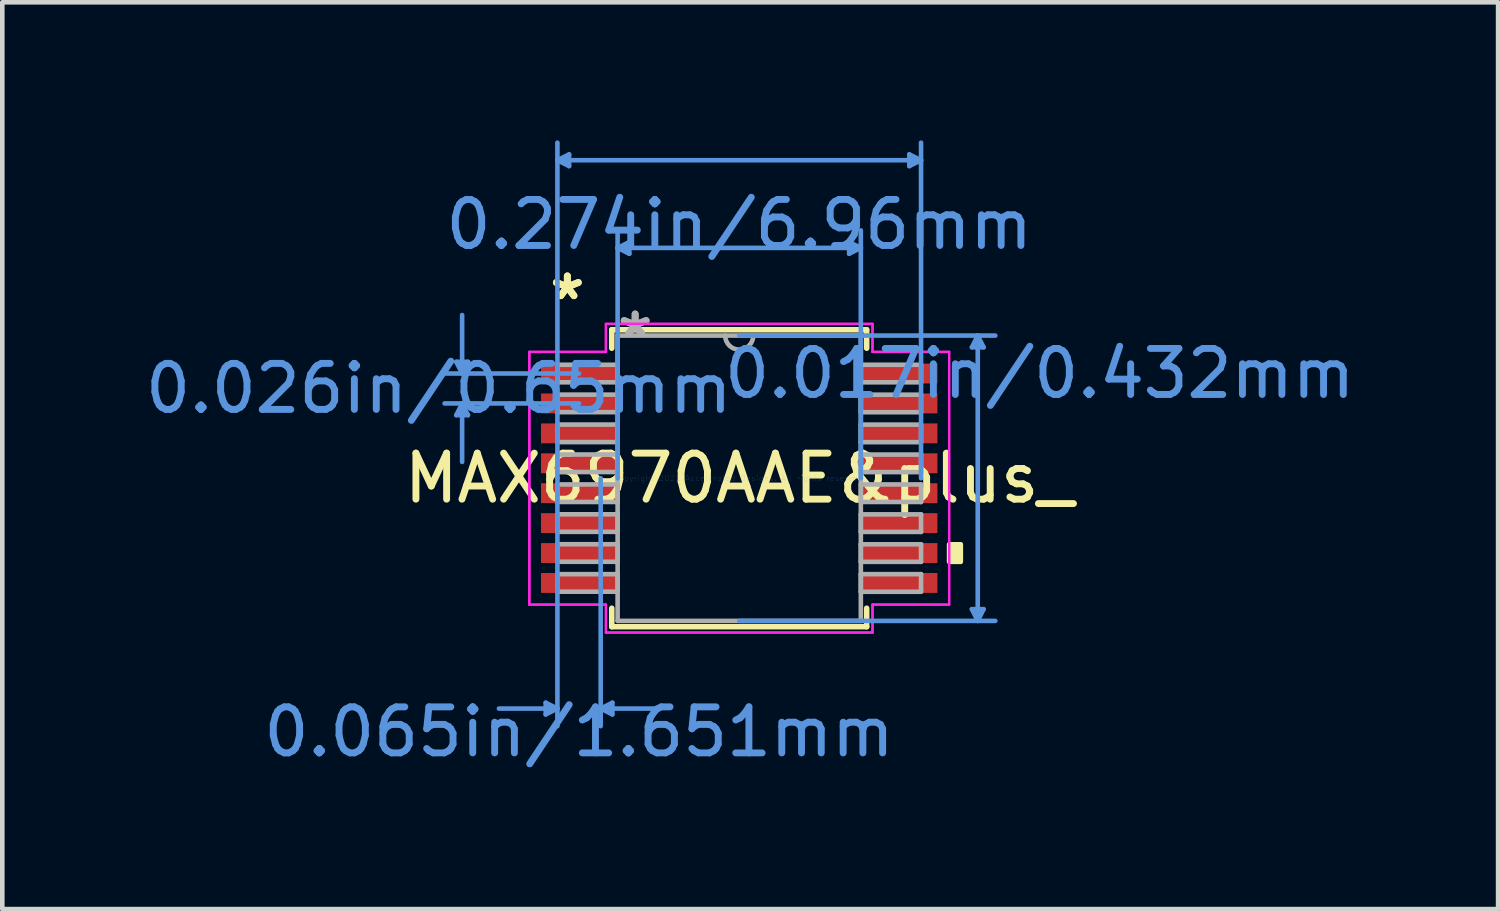
<source format=kicad_pcb>
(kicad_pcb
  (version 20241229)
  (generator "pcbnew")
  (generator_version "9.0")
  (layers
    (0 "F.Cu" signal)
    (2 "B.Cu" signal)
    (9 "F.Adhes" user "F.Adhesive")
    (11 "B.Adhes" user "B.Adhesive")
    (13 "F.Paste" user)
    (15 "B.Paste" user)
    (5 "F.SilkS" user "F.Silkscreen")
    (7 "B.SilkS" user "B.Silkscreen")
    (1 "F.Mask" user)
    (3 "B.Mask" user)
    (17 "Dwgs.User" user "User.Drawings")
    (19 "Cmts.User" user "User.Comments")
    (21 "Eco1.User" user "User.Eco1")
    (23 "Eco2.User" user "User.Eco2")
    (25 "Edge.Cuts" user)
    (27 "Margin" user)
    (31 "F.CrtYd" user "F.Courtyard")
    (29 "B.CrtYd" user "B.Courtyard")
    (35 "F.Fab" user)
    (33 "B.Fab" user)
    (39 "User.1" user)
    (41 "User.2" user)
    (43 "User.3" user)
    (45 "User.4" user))
  (footprint "MAX6970AAE&plus_"
    (layer "F.Cu")
    (at 13.01 7.34)
    (property "Reference" "MAX6970AAE&plus_" (at 0 0 0) (layer "F.SilkS") (effects (font (size 1 1) (thickness 0.15))))
    (attr through_hole)
    (fp_line (start -2.769 -3.226) (end -2.769 -2.824) (stroke (width 0.12) (type solid)) (layer "F.SilkS"))
    (fp_line (start -2.769 2.824) (end -2.769 3.226) (stroke (width 0.12) (type solid)) (layer "F.SilkS"))
    (fp_line (start -2.769 3.226) (end 2.769 3.226) (stroke (width 0.12) (type solid)) (layer "F.SilkS"))
    (fp_line (start 2.769 -3.226) (end -2.769 -3.226) (stroke (width 0.12) (type solid)) (layer "F.SilkS"))
    (fp_line (start 2.769 -2.824) (end 2.769 -3.226) (stroke (width 0.12) (type solid)) (layer "F.SilkS"))
    (fp_line (start 2.769 3.226) (end 2.769 2.824) (stroke (width 0.12) (type solid)) (layer "F.SilkS"))
    (fp_poly (pts (xy 4.814 1.435) (xy 4.814 1.816) (xy 4.56 1.816) (xy 4.56 1.435)) (stroke (width 0.1) (type solid)) (fill yes) (layer "F.SilkS"))
    (fp_line (start -6.147 -2.529) (end -5.893 -2.529) (stroke (width 0.1) (type solid)) (layer "Cmts.User"))
    (fp_line (start -6.147 -1.371) (end -5.893 -1.371) (stroke (width 0.1) (type solid)) (layer "Cmts.User"))
    (fp_line (start -6.02 -2.275) (end -6.147 -2.529) (stroke (width 0.1) (type solid)) (layer "Cmts.User"))
    (fp_line (start -6.02 -2.275) (end -6.02 -3.545) (stroke (width 0.1) (type solid)) (layer "Cmts.User"))
    (fp_line (start -6.02 -2.275) (end -5.893 -2.529) (stroke (width 0.1) (type solid)) (layer "Cmts.User"))
    (fp_line (start -6.02 -1.625) (end -6.147 -1.371) (stroke (width 0.1) (type solid)) (layer "Cmts.User"))
    (fp_line (start -6.02 -1.625) (end -6.02 -0.355) (stroke (width 0.1) (type solid)) (layer "Cmts.User"))
    (fp_line (start -6.02 -1.625) (end -5.893 -1.371) (stroke (width 0.1) (type solid)) (layer "Cmts.User"))
    (fp_line (start -4.204 4.877) (end -4.204 5.131) (stroke (width 0.1) (type solid)) (layer "Cmts.User"))
    (fp_line (start -3.95 -6.909) (end -3.696 -7.036) (stroke (width 0.1) (type solid)) (layer "Cmts.User"))
    (fp_line (start -3.95 -6.909) (end -3.696 -6.782) (stroke (width 0.1) (type solid)) (layer "Cmts.User"))
    (fp_line (start -3.95 -6.909) (end 3.95 -6.909) (stroke (width 0.1) (type solid)) (layer "Cmts.User"))
    (fp_line (start -3.95 0) (end -3.95 -7.29) (stroke (width 0.1) (type solid)) (layer "Cmts.User"))
    (fp_line (start -3.95 0) (end -3.95 5.385) (stroke (width 0.1) (type solid)) (layer "Cmts.User"))
    (fp_line (start -3.95 5.004) (end -5.22 5.004) (stroke (width 0.1) (type solid)) (layer "Cmts.User"))
    (fp_line (start -3.95 5.004) (end -4.204 4.877) (stroke (width 0.1) (type solid)) (layer "Cmts.User"))
    (fp_line (start -3.95 5.004) (end -4.204 5.131) (stroke (width 0.1) (type solid)) (layer "Cmts.User"))
    (fp_line (start -3.696 -7.036) (end -3.696 -6.782) (stroke (width 0.1) (type solid)) (layer "Cmts.User"))
    (fp_line (start -3.48 -2.275) (end -6.401 -2.275) (stroke (width 0.1) (type solid)) (layer "Cmts.User"))
    (fp_line (start -3.48 -1.625) (end -6.401 -1.625) (stroke (width 0.1) (type solid)) (layer "Cmts.User"))
    (fp_line (start -3.01 0) (end -3.01 5.385) (stroke (width 0.1) (type solid)) (layer "Cmts.User"))
    (fp_line (start -3.01 5.004) (end -2.756 4.877) (stroke (width 0.1) (type solid)) (layer "Cmts.User"))
    (fp_line (start -3.01 5.004) (end -2.756 5.131) (stroke (width 0.1) (type solid)) (layer "Cmts.User"))
    (fp_line (start -3.01 5.004) (end -1.74 5.004) (stroke (width 0.1) (type solid)) (layer "Cmts.User"))
    (fp_line (start -2.756 4.877) (end -2.756 5.131) (stroke (width 0.1) (type solid)) (layer "Cmts.User"))
    (fp_line (start -2.642 -5.004) (end -2.388 -5.131) (stroke (width 0.1) (type solid)) (layer "Cmts.User"))
    (fp_line (start -2.642 -5.004) (end -2.388 -4.877) (stroke (width 0.1) (type solid)) (layer "Cmts.User"))
    (fp_line (start -2.642 -5.004) (end 2.642 -5.004) (stroke (width 0.1) (type solid)) (layer "Cmts.User"))
    (fp_line (start -2.642 0) (end -2.642 -5.385) (stroke (width 0.1) (type solid)) (layer "Cmts.User"))
    (fp_line (start -2.388 -5.131) (end -2.388 -4.877) (stroke (width 0.1) (type solid)) (layer "Cmts.User"))
    (fp_line (start 0 -3.099) (end 5.563 -3.099) (stroke (width 0.1) (type solid)) (layer "Cmts.User"))
    (fp_line (start 0 3.099) (end 5.563 3.099) (stroke (width 0.1) (type solid)) (layer "Cmts.User"))
    (fp_line (start 2.388 -5.131) (end 2.388 -4.877) (stroke (width 0.1) (type solid)) (layer "Cmts.User"))
    (fp_line (start 2.642 -5.004) (end 2.388 -5.131) (stroke (width 0.1) (type solid)) (layer "Cmts.User"))
    (fp_line (start 2.642 -5.004) (end 2.388 -4.877) (stroke (width 0.1) (type solid)) (layer "Cmts.User"))
    (fp_line (start 2.642 0) (end 2.642 -5.385) (stroke (width 0.1) (type solid)) (layer "Cmts.User"))
    (fp_line (start 3.696 -7.036) (end 3.696 -6.782) (stroke (width 0.1) (type solid)) (layer "Cmts.User"))
    (fp_line (start 3.95 -6.909) (end 3.696 -7.036) (stroke (width 0.1) (type solid)) (layer "Cmts.User"))
    (fp_line (start 3.95 -6.909) (end 3.696 -6.782) (stroke (width 0.1) (type solid)) (layer "Cmts.User"))
    (fp_line (start 3.95 0) (end 3.95 -7.29) (stroke (width 0.1) (type solid)) (layer "Cmts.User"))
    (fp_line (start 5.055 -2.845) (end 5.309 -2.845) (stroke (width 0.1) (type solid)) (layer "Cmts.User"))
    (fp_line (start 5.055 2.845) (end 5.309 2.845) (stroke (width 0.1) (type solid)) (layer "Cmts.User"))
    (fp_line (start 5.182 -3.099) (end 5.055 -2.845) (stroke (width 0.1) (type solid)) (layer "Cmts.User"))
    (fp_line (start 5.182 -3.099) (end 5.182 3.099) (stroke (width 0.1) (type solid)) (layer "Cmts.User"))
    (fp_line (start 5.182 -3.099) (end 5.309 -2.845) (stroke (width 0.1) (type solid)) (layer "Cmts.User"))
    (fp_line (start 5.182 3.099) (end 5.055 2.845) (stroke (width 0.1) (type solid)) (layer "Cmts.User"))
    (fp_line (start 5.182 3.099) (end 5.309 2.845) (stroke (width 0.1) (type solid)) (layer "Cmts.User"))
    (fp_line (start -4.56 -2.745) (end -2.896 -2.745) (stroke (width 0.05) (type solid)) (layer "F.CrtYd"))
    (fp_line (start -4.56 -2.745) (end -2.896 -2.745) (stroke (width 0.05) (type solid)) (layer "F.CrtYd"))
    (fp_line (start -4.56 2.745) (end -4.56 -2.745) (stroke (width 0.05) (type solid)) (layer "F.CrtYd"))
    (fp_line (start -4.56 2.745) (end -4.56 -2.745) (stroke (width 0.05) (type solid)) (layer "F.CrtYd"))
    (fp_line (start -4.56 2.745) (end -2.896 2.745) (stroke (width 0.05) (type solid)) (layer "F.CrtYd"))
    (fp_line (start -2.896 -3.353) (end 2.896 -3.353) (stroke (width 0.05) (type solid)) (layer "F.CrtYd"))
    (fp_line (start -2.896 -3.353) (end 2.896 -3.353) (stroke (width 0.05) (type solid)) (layer "F.CrtYd"))
    (fp_line (start -2.896 -2.745) (end -2.896 -3.353) (stroke (width 0.05) (type solid)) (layer "F.CrtYd"))
    (fp_line (start -2.896 -2.745) (end -2.896 -3.353) (stroke (width 0.05) (type solid)) (layer "F.CrtYd"))
    (fp_line (start -2.896 2.745) (end -4.56 2.745) (stroke (width 0.05) (type solid)) (layer "F.CrtYd"))
    (fp_line (start -2.896 3.353) (end -2.896 2.745) (stroke (width 0.05) (type solid)) (layer "F.CrtYd"))
    (fp_line (start -2.896 3.353) (end -2.896 2.745) (stroke (width 0.05) (type solid)) (layer "F.CrtYd"))
    (fp_line (start 2.896 -3.353) (end 2.896 -2.745) (stroke (width 0.05) (type solid)) (layer "F.CrtYd"))
    (fp_line (start 2.896 -3.353) (end 2.896 -2.745) (stroke (width 0.05) (type solid)) (layer "F.CrtYd"))
    (fp_line (start 2.896 -2.745) (end 4.56 -2.745) (stroke (width 0.05) (type solid)) (layer "F.CrtYd"))
    (fp_line (start 2.896 2.745) (end 2.896 3.353) (stroke (width 0.05) (type solid)) (layer "F.CrtYd"))
    (fp_line (start 2.896 2.745) (end 2.896 3.353) (stroke (width 0.05) (type solid)) (layer "F.CrtYd"))
    (fp_line (start 2.896 3.353) (end -2.896 3.353) (stroke (width 0.05) (type solid)) (layer "F.CrtYd"))
    (fp_line (start 2.896 3.353) (end -2.896 3.353) (stroke (width 0.05) (type solid)) (layer "F.CrtYd"))
    (fp_line (start 4.56 -2.745) (end 2.896 -2.745) (stroke (width 0.05) (type solid)) (layer "F.CrtYd"))
    (fp_line (start 4.56 -2.745) (end 4.56 2.745) (stroke (width 0.05) (type solid)) (layer "F.CrtYd"))
    (fp_line (start 4.56 -2.745) (end 4.56 2.745) (stroke (width 0.05) (type solid)) (layer "F.CrtYd"))
    (fp_line (start 4.56 2.745) (end 2.896 2.745) (stroke (width 0.05) (type solid)) (layer "F.CrtYd"))
    (fp_line (start 4.56 2.745) (end 2.896 2.745) (stroke (width 0.05) (type solid)) (layer "F.CrtYd"))
    (fp_line (start -3.95 -2.466) (end -3.95 -2.084) (stroke (width 0.1) (type solid)) (layer "F.Fab"))
    (fp_line (start -3.95 -2.084) (end -2.642 -2.084) (stroke (width 0.1) (type solid)) (layer "F.Fab"))
    (fp_line (start -3.95 -1.816) (end -3.95 -1.435) (stroke (width 0.1) (type solid)) (layer "F.Fab"))
    (fp_line (start -3.95 -1.435) (end -2.642 -1.435) (stroke (width 0.1) (type solid)) (layer "F.Fab"))
    (fp_line (start -3.95 -1.166) (end -3.95 -0.785) (stroke (width 0.1) (type solid)) (layer "F.Fab"))
    (fp_line (start -3.95 -0.785) (end -2.642 -0.785) (stroke (width 0.1) (type solid)) (layer "F.Fab"))
    (fp_line (start -3.95 -0.516) (end -3.95 -0.135) (stroke (width 0.1) (type solid)) (layer "F.Fab"))
    (fp_line (start -3.95 -0.135) (end -2.642 -0.135) (stroke (width 0.1) (type solid)) (layer "F.Fab"))
    (fp_line (start -3.95 0.134) (end -3.95 0.515) (stroke (width 0.1) (type solid)) (layer "F.Fab"))
    (fp_line (start -3.95 0.515) (end -2.642 0.515) (stroke (width 0.1) (type solid)) (layer "F.Fab"))
    (fp_line (start -3.95 0.784) (end -3.95 1.165) (stroke (width 0.1) (type solid)) (layer "F.Fab"))
    (fp_line (start -3.95 1.165) (end -2.642 1.165) (stroke (width 0.1) (type solid)) (layer "F.Fab"))
    (fp_line (start -3.95 1.434) (end -3.95 1.815) (stroke (width 0.1) (type solid)) (layer "F.Fab"))
    (fp_line (start -3.95 1.815) (end -2.642 1.815) (stroke (width 0.1) (type solid)) (layer "F.Fab"))
    (fp_line (start -3.95 2.084) (end -3.95 2.465) (stroke (width 0.1) (type solid)) (layer "F.Fab"))
    (fp_line (start -3.95 2.465) (end -2.642 2.465) (stroke (width 0.1) (type solid)) (layer "F.Fab"))
    (fp_line (start -2.642 -3.099) (end -2.642 3.099) (stroke (width 0.1) (type solid)) (layer "F.Fab"))
    (fp_line (start -2.642 -2.466) (end -3.95 -2.466) (stroke (width 0.1) (type solid)) (layer "F.Fab"))
    (fp_line (start -2.642 -2.084) (end -2.642 -2.466) (stroke (width 0.1) (type solid)) (layer "F.Fab"))
    (fp_line (start -2.642 -1.816) (end -3.95 -1.816) (stroke (width 0.1) (type solid)) (layer "F.Fab"))
    (fp_line (start -2.642 -1.435) (end -2.642 -1.816) (stroke (width 0.1) (type solid)) (layer "F.Fab"))
    (fp_line (start -2.642 -1.166) (end -3.95 -1.166) (stroke (width 0.1) (type solid)) (layer "F.Fab"))
    (fp_line (start -2.642 -0.785) (end -2.642 -1.166) (stroke (width 0.1) (type solid)) (layer "F.Fab"))
    (fp_line (start -2.642 -0.516) (end -3.95 -0.516) (stroke (width 0.1) (type solid)) (layer "F.Fab"))
    (fp_line (start -2.642 -0.135) (end -2.642 -0.516) (stroke (width 0.1) (type solid)) (layer "F.Fab"))
    (fp_line (start -2.642 0.134) (end -3.95 0.134) (stroke (width 0.1) (type solid)) (layer "F.Fab"))
    (fp_line (start -2.642 0.515) (end -2.642 0.134) (stroke (width 0.1) (type solid)) (layer "F.Fab"))
    (fp_line (start -2.642 0.784) (end -3.95 0.784) (stroke (width 0.1) (type solid)) (layer "F.Fab"))
    (fp_line (start -2.642 1.165) (end -2.642 0.784) (stroke (width 0.1) (type solid)) (layer "F.Fab"))
    (fp_line (start -2.642 1.434) (end -3.95 1.434) (stroke (width 0.1) (type solid)) (layer "F.Fab"))
    (fp_line (start -2.642 1.815) (end -2.642 1.434) (stroke (width 0.1) (type solid)) (layer "F.Fab"))
    (fp_line (start -2.642 2.084) (end -3.95 2.084) (stroke (width 0.1) (type solid)) (layer "F.Fab"))
    (fp_line (start -2.642 2.465) (end -2.642 2.084) (stroke (width 0.1) (type solid)) (layer "F.Fab"))
    (fp_line (start -2.642 3.099) (end 2.642 3.099) (stroke (width 0.1) (type solid)) (layer "F.Fab"))
    (fp_line (start 2.642 -3.099) (end -2.642 -3.099) (stroke (width 0.1) (type solid)) (layer "F.Fab"))
    (fp_line (start 2.642 -2.465) (end 2.642 -2.084) (stroke (width 0.1) (type solid)) (layer "F.Fab"))
    (fp_line (start 2.642 -2.084) (end 3.95 -2.084) (stroke (width 0.1) (type solid)) (layer "F.Fab"))
    (fp_line (start 2.642 -1.815) (end 2.642 -1.434) (stroke (width 0.1) (type solid)) (layer "F.Fab"))
    (fp_line (start 2.642 -1.434) (end 3.95 -1.434) (stroke (width 0.1) (type solid)) (layer "F.Fab"))
    (fp_line (start 2.642 -1.165) (end 2.642 -0.784) (stroke (width 0.1) (type solid)) (layer "F.Fab"))
    (fp_line (start 2.642 -0.784) (end 3.95 -0.784) (stroke (width 0.1) (type solid)) (layer "F.Fab"))
    (fp_line (start 2.642 -0.515) (end 2.642 -0.134) (stroke (width 0.1) (type solid)) (layer "F.Fab"))
    (fp_line (start 2.642 -0.134) (end 3.95 -0.134) (stroke (width 0.1) (type solid)) (layer "F.Fab"))
    (fp_line (start 2.642 0.135) (end 2.642 0.516) (stroke (width 0.1) (type solid)) (layer "F.Fab"))
    (fp_line (start 2.642 0.516) (end 3.95 0.516) (stroke (width 0.1) (type solid)) (layer "F.Fab"))
    (fp_line (start 2.642 0.785) (end 2.642 1.166) (stroke (width 0.1) (type solid)) (layer "F.Fab"))
    (fp_line (start 2.642 1.166) (end 3.95 1.166) (stroke (width 0.1) (type solid)) (layer "F.Fab"))
    (fp_line (start 2.642 1.435) (end 2.642 1.816) (stroke (width 0.1) (type solid)) (layer "F.Fab"))
    (fp_line (start 2.642 1.816) (end 3.95 1.816) (stroke (width 0.1) (type solid)) (layer "F.Fab"))
    (fp_line (start 2.642 2.084) (end 2.642 2.466) (stroke (width 0.1) (type solid)) (layer "F.Fab"))
    (fp_line (start 2.642 2.466) (end 3.95 2.466) (stroke (width 0.1) (type solid)) (layer "F.Fab"))
    (fp_line (start 2.642 3.099) (end 2.642 -3.099) (stroke (width 0.1) (type solid)) (layer "F.Fab"))
    (fp_line (start 3.95 -2.465) (end 2.642 -2.465) (stroke (width 0.1) (type solid)) (layer "F.Fab"))
    (fp_line (start 3.95 -2.084) (end 3.95 -2.465) (stroke (width 0.1) (type solid)) (layer "F.Fab"))
    (fp_line (start 3.95 -1.815) (end 2.642 -1.815) (stroke (width 0.1) (type solid)) (layer "F.Fab"))
    (fp_line (start 3.95 -1.434) (end 3.95 -1.815) (stroke (width 0.1) (type solid)) (layer "F.Fab"))
    (fp_line (start 3.95 -1.165) (end 2.642 -1.165) (stroke (width 0.1) (type solid)) (layer "F.Fab"))
    (fp_line (start 3.95 -0.784) (end 3.95 -1.165) (stroke (width 0.1) (type solid)) (layer "F.Fab"))
    (fp_line (start 3.95 -0.515) (end 2.642 -0.515) (stroke (width 0.1) (type solid)) (layer "F.Fab"))
    (fp_line (start 3.95 -0.134) (end 3.95 -0.515) (stroke (width 0.1) (type solid)) (layer "F.Fab"))
    (fp_line (start 3.95 0.135) (end 2.642 0.135) (stroke (width 0.1) (type solid)) (layer "F.Fab"))
    (fp_line (start 3.95 0.516) (end 3.95 0.135) (stroke (width 0.1) (type solid)) (layer "F.Fab"))
    (fp_line (start 3.95 0.785) (end 2.642 0.785) (stroke (width 0.1) (type solid)) (layer "F.Fab"))
    (fp_line (start 3.95 1.166) (end 3.95 0.785) (stroke (width 0.1) (type solid)) (layer "F.Fab"))
    (fp_line (start 3.95 1.435) (end 2.642 1.435) (stroke (width 0.1) (type solid)) (layer "F.Fab"))
    (fp_line (start 3.95 1.816) (end 3.95 1.435) (stroke (width 0.1) (type solid)) (layer "F.Fab"))
    (fp_line (start 3.95 2.084) (end 2.642 2.084) (stroke (width 0.1) (type solid)) (layer "F.Fab"))
    (fp_line (start 3.95 2.466) (end 3.95 2.084) (stroke (width 0.1) (type solid)) (layer "F.Fab"))
    (fp_arc (start 0.3048 -3.0988) (mid 0 -2.794) (end -0.3048 -3.0988) (stroke (width 0.1) (type solid)) (layer "F.Fab"))
    (fp_text user "*" (at -3.734 -3.85 0) (layer "F.SilkS") (effects (font (size 1 1) (thickness 0.15))))
    (fp_text user "*" (at -3.734 -3.85 0) (layer "F.SilkS") (effects (font (size 1 1) (thickness 0.15))))
    (fp_text user "0.274in/6.96mm" (at 0 -5.512 0) (layer "Cmts.User") (effects (font (size 1 1) (thickness 0.15))))
    (fp_text user "Copyright 2021 Accelerated Designs. All rights reserved." (at 0 0 0) (layer "Cmts.User") (effects (font (size 0.127 0.127) (thickness 0.002))))
    (fp_text user "0.065in/1.651mm" (at -3.48 5.512 0) (layer "Cmts.User") (effects (font (size 1 1) (thickness 0.15))))
    (fp_text user "0.017in/0.432mm" (at 6.528 -2.275 0) (layer "Cmts.User") (effects (font (size 1 1) (thickness 0.15))))
    (fp_text user "0.026in/0.65mm" (at -6.528 -1.95 0) (layer "Cmts.User") (effects (font (size 1 1) (thickness 0.15))))
    (fp_text user "*" (at -2.261 -3.023 0) (layer "F.Fab") (effects (font (size 1 1) (thickness 0.15))))
    (fp_text user "*" (at -2.261 -3.023 0) (layer "F.Fab") (effects (font (size 1 1) (thickness 0.15))))
    (pad "1" smd rect (at -3.48 -2.275) (size 1.651 0.432) (layers "F.Cu" "F.Mask" "F.Paste"))
    (pad "2" smd rect (at -3.48 -1.625) (size 1.651 0.432) (layers "F.Cu" "F.Mask" "F.Paste"))
    (pad "3" smd rect (at -3.48 -0.975) (size 1.651 0.432) (layers "F.Cu" "F.Mask" "F.Paste"))
    (pad "4" smd rect (at -3.48 -0.325) (size 1.651 0.432) (layers "F.Cu" "F.Mask" "F.Paste"))
    (pad "5" smd rect (at -3.48 0.325) (size 1.651 0.432) (layers "F.Cu" "F.Mask" "F.Paste"))
    (pad "6" smd rect (at -3.48 0.975) (size 1.651 0.432) (layers "F.Cu" "F.Mask" "F.Paste"))
    (pad "7" smd rect (at -3.48 1.625) (size 1.651 0.432) (layers "F.Cu" "F.Mask" "F.Paste"))
    (pad "8" smd rect (at -3.48 2.275) (size 1.651 0.432) (layers "F.Cu" "F.Mask" "F.Paste"))
    (pad "9" smd rect (at 3.48 2.275) (size 1.651 0.432) (layers "F.Cu" "F.Mask" "F.Paste"))
    (pad "10" smd rect (at 3.48 1.625) (size 1.651 0.432) (layers "F.Cu" "F.Mask" "F.Paste"))
    (pad "11" smd rect (at 3.48 0.975) (size 1.651 0.432) (layers "F.Cu" "F.Mask" "F.Paste"))
    (pad "12" smd rect (at 3.48 0.325) (size 1.651 0.432) (layers "F.Cu" "F.Mask" "F.Paste"))
    (pad "13" smd rect (at 3.48 -0.325) (size 1.651 0.432) (layers "F.Cu" "F.Mask" "F.Paste"))
    (pad "14" smd rect (at 3.48 -0.975) (size 1.651 0.432) (layers "F.Cu" "F.Mask" "F.Paste"))
    (pad "15" smd rect (at 3.48 -1.625) (size 1.651 0.432) (layers "F.Cu" "F.Mask" "F.Paste"))
    (pad "16" smd rect (at 3.48 -2.275) (size 1.651 0.432) (layers "F.Cu" "F.Mask" "F.Paste")))
  (gr_rect
    (start -3 -3)
    (end 29.497 16.7)
    (stroke (width 0.1) (type default))
    (fill no)
    (layer "Edge.Cuts")))
</source>
